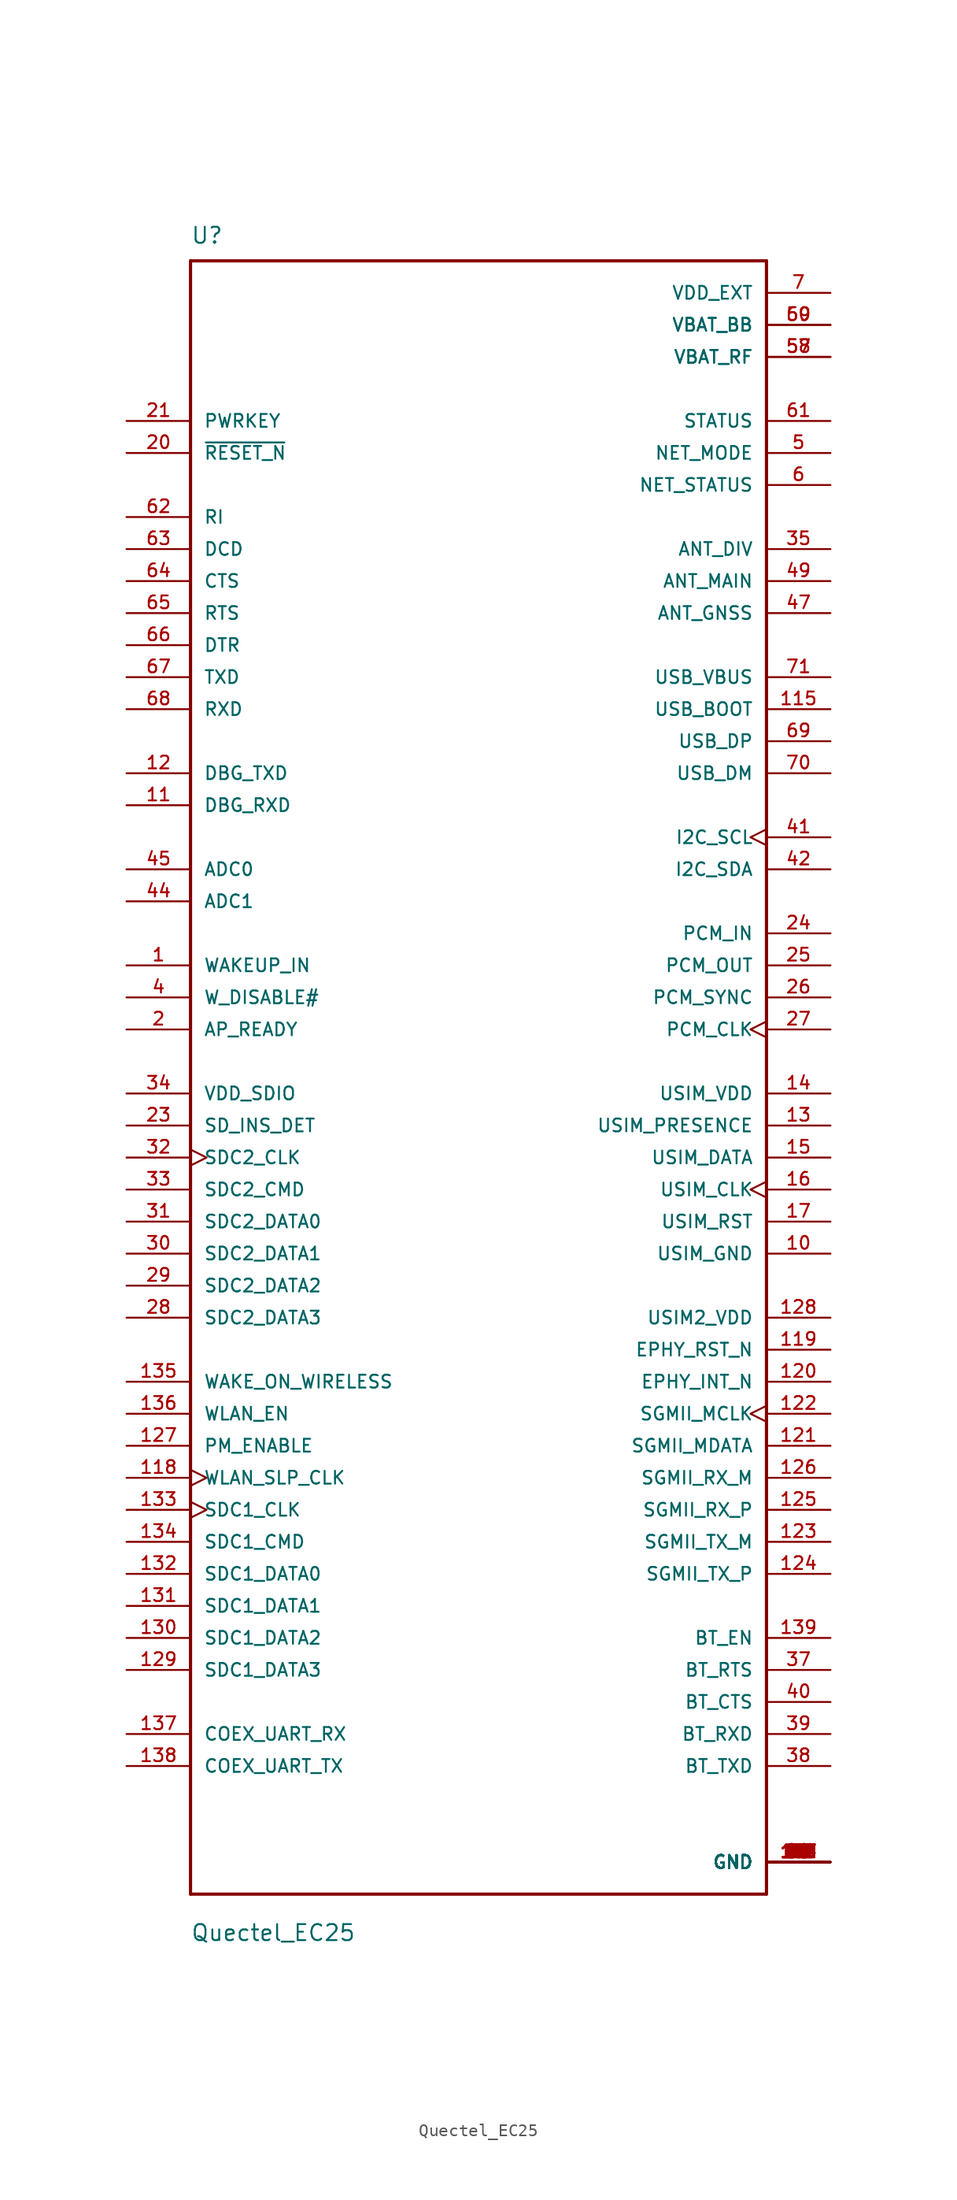
<source format=kicad_sym>
(kicad_symbol_lib
  (version 20211014)
  (generator kicad_symbol_editor)
  (symbol "Quectel_EC25"
    (pin_names
      (offset 1.016))
    (property "Reference" "U"
      (at -22.86 64.77 0)
      (effects (font (size 1.27 1.27)) (justify left bottom)))
    (property "Value" "Quectel_EC25"
      (at -22.86 -69.85 0)
      (effects (font (size 1.27 1.27)) (justify left bottom)))
    (symbol "Quectel_EC25_0_0"
      (polyline (pts (xy -22.86 -66.04) (xy -22.86 63.5)) (stroke (width 0.254) (type default) (color 0 0 0 0)) (fill (type none)))
      (polyline (pts (xy -22.86 63.5) (xy 22.86 63.5)) (stroke (width 0.254) (type default) (color 0 0 0 0)) (fill (type none)))
      (polyline (pts (xy 22.86 -66.04) (xy -22.86 -66.04)) (stroke (width 0.254) (type default) (color 0 0 0 0)) (fill (type none)))
      (polyline (pts (xy 22.86 63.5) (xy 22.86 -66.04)) (stroke (width 0.254) (type default) (color 0 0 0 0)) (fill (type none)))
      (pin input line (at -27.94 7.62 0) (length 5.08) (name "WAKEUP_IN" (effects (font (size 1.016 1.016)))) (number "1" (effects (font (size 1.016 1.016)))))
      (pin power_in line (at 27.94 -15.24 180) (length 5.08) (name "USIM_GND" (effects (font (size 1.016 1.016)))) (number "10" (effects (font (size 1.016 1.016)))))
      (pin power_in line (at 27.94 -63.5 180) (length 5.08) (name "GND" (effects (font (size 1.016 1.016)))) (number "100" (effects (font (size 1.016 1.016)))))
      (pin power_in line (at 27.94 -63.5 180) (length 5.08) (name "GND" (effects (font (size 1.016 1.016)))) (number "101" (effects (font (size 1.016 1.016)))))
      (pin power_in line (at 27.94 -63.5 180) (length 5.08) (name "GND" (effects (font (size 1.016 1.016)))) (number "102" (effects (font (size 1.016 1.016)))))
      (pin power_in line (at 27.94 -63.5 180) (length 5.08) (name "GND" (effects (font (size 1.016 1.016)))) (number "103" (effects (font (size 1.016 1.016)))))
      (pin power_in line (at 27.94 -63.5 180) (length 5.08) (name "GND" (effects (font (size 1.016 1.016)))) (number "104" (effects (font (size 1.016 1.016)))))
      (pin power_in line (at 27.94 -63.5 180) (length 5.08) (name "GND" (effects (font (size 1.016 1.016)))) (number "105" (effects (font (size 1.016 1.016)))))
      (pin power_in line (at 27.94 -63.5 180) (length 5.08) (name "GND" (effects (font (size 1.016 1.016)))) (number "106" (effects (font (size 1.016 1.016)))))
      (pin power_in line (at 27.94 -63.5 180) (length 5.08) (name "GND" (effects (font (size 1.016 1.016)))) (number "107" (effects (font (size 1.016 1.016)))))
      (pin power_in line (at 27.94 -63.5 180) (length 5.08) (name "GND" (effects (font (size 1.016 1.016)))) (number "108" (effects (font (size 1.016 1.016)))))
      (pin power_in line (at 27.94 -63.5 180) (length 5.08) (name "GND" (effects (font (size 1.016 1.016)))) (number "109" (effects (font (size 1.016 1.016)))))
      (pin input line (at -27.94 20.32 0) (length 5.08) (name "DBG_RXD" (effects (font (size 1.016 1.016)))) (number "11" (effects (font (size 1.016 1.016)))))
      (pin power_in line (at 27.94 -63.5 180) (length 5.08) (name "GND" (effects (font (size 1.016 1.016)))) (number "110" (effects (font (size 1.016 1.016)))))
      (pin power_in line (at 27.94 -63.5 180) (length 5.08) (name "GND" (effects (font (size 1.016 1.016)))) (number "111" (effects (font (size 1.016 1.016)))))
      (pin power_in line (at 27.94 -63.5 180) (length 5.08) (name "GND" (effects (font (size 1.016 1.016)))) (number "112" (effects (font (size 1.016 1.016)))))
      (pin input line (at 27.94 27.94 180) (length 5.08) (name "USB_BOOT" (effects (font (size 1.016 1.016)))) (number "115" (effects (font (size 1.016 1.016)))))
      (pin output clock (at -27.94 -33.02 0) (length 5.08) (name "WLAN_SLP_CLK" (effects (font (size 1.016 1.016)))) (number "118" (effects (font (size 1.016 1.016)))))
      (pin output line (at 27.94 -22.86 180) (length 5.08) (name "EPHY_RST_N" (effects (font (size 1.016 1.016)))) (number "119" (effects (font (size 1.016 1.016)))))
      (pin output line (at -27.94 22.86 0) (length 5.08) (name "DBG_TXD" (effects (font (size 1.016 1.016)))) (number "12" (effects (font (size 1.016 1.016)))))
      (pin input line (at 27.94 -25.4 180) (length 5.08) (name "EPHY_INT_N" (effects (font (size 1.016 1.016)))) (number "120" (effects (font (size 1.016 1.016)))))
      (pin bidirectional line (at 27.94 -30.48 180) (length 5.08) (name "SGMII_MDATA" (effects (font (size 1.016 1.016)))) (number "121" (effects (font (size 1.016 1.016)))))
      (pin output clock (at 27.94 -27.94 180) (length 5.08) (name "SGMII_MCLK" (effects (font (size 1.016 1.016)))) (number "122" (effects (font (size 1.016 1.016)))))
      (pin output line (at 27.94 -38.1 180) (length 5.08) (name "SGMII_TX_M" (effects (font (size 1.016 1.016)))) (number "123" (effects (font (size 1.016 1.016)))))
      (pin output line (at 27.94 -40.64 180) (length 5.08) (name "SGMII_TX_P" (effects (font (size 1.016 1.016)))) (number "124" (effects (font (size 1.016 1.016)))))
      (pin input line (at 27.94 -35.56 180) (length 5.08) (name "SGMII_RX_P" (effects (font (size 1.016 1.016)))) (number "125" (effects (font (size 1.016 1.016)))))
      (pin input line (at 27.94 -33.02 180) (length 5.08) (name "SGMII_RX_M" (effects (font (size 1.016 1.016)))) (number "126" (effects (font (size 1.016 1.016)))))
      (pin output line (at -27.94 -30.48 0) (length 5.08) (name "PM_ENABLE" (effects (font (size 1.016 1.016)))) (number "127" (effects (font (size 1.016 1.016)))))
      (pin power_in line (at 27.94 -20.32 180) (length 5.08) (name "USIM2_VDD" (effects (font (size 1.016 1.016)))) (number "128" (effects (font (size 1.016 1.016)))))
      (pin bidirectional line (at -27.94 -48.26 0) (length 5.08) (name "SDC1_DATA3" (effects (font (size 1.016 1.016)))) (number "129" (effects (font (size 1.016 1.016)))))
      (pin input line (at 27.94 -5.08 180) (length 5.08) (name "USIM_PRESENCE" (effects (font (size 1.016 1.016)))) (number "13" (effects (font (size 1.016 1.016)))))
      (pin bidirectional line (at -27.94 -45.72 0) (length 5.08) (name "SDC1_DATA2" (effects (font (size 1.016 1.016)))) (number "130" (effects (font (size 1.016 1.016)))))
      (pin bidirectional line (at -27.94 -43.18 0) (length 5.08) (name "SDC1_DATA1" (effects (font (size 1.016 1.016)))) (number "131" (effects (font (size 1.016 1.016)))))
      (pin bidirectional line (at -27.94 -40.64 0) (length 5.08) (name "SDC1_DATA0" (effects (font (size 1.016 1.016)))) (number "132" (effects (font (size 1.016 1.016)))))
      (pin output clock (at -27.94 -35.56 0) (length 5.08) (name "SDC1_CLK" (effects (font (size 1.016 1.016)))) (number "133" (effects (font (size 1.016 1.016)))))
      (pin output line (at -27.94 -38.1 0) (length 5.08) (name "SDC1_CMD" (effects (font (size 1.016 1.016)))) (number "134" (effects (font (size 1.016 1.016)))))
      (pin input line (at -27.94 -25.4 0) (length 5.08) (name "WAKE_ON_WIRELESS" (effects (font (size 1.016 1.016)))) (number "135" (effects (font (size 1.016 1.016)))))
      (pin output line (at -27.94 -27.94 0) (length 5.08) (name "WLAN_EN" (effects (font (size 1.016 1.016)))) (number "136" (effects (font (size 1.016 1.016)))))
      (pin input line (at -27.94 -53.34 0) (length 5.08) (name "COEX_UART_RX" (effects (font (size 1.016 1.016)))) (number "137" (effects (font (size 1.016 1.016)))))
      (pin output line (at -27.94 -55.88 0) (length 5.08) (name "COEX_UART_TX" (effects (font (size 1.016 1.016)))) (number "138" (effects (font (size 1.016 1.016)))))
      (pin output line (at 27.94 -45.72 180) (length 5.08) (name "BT_EN" (effects (font (size 1.016 1.016)))) (number "139" (effects (font (size 1.016 1.016)))))
      (pin power_in line (at 27.94 -2.54 180) (length 5.08) (name "USIM_VDD" (effects (font (size 1.016 1.016)))) (number "14" (effects (font (size 1.016 1.016)))))
      (pin bidirectional line (at 27.94 -7.62 180) (length 5.08) (name "USIM_DATA" (effects (font (size 1.016 1.016)))) (number "15" (effects (font (size 1.016 1.016)))))
      (pin output clock (at 27.94 -10.16 180) (length 5.08) (name "USIM_CLK" (effects (font (size 1.016 1.016)))) (number "16" (effects (font (size 1.016 1.016)))))
      (pin output line (at 27.94 -12.7 180) (length 5.08) (name "USIM_RST" (effects (font (size 1.016 1.016)))) (number "17" (effects (font (size 1.016 1.016)))))
      (pin power_in line (at 27.94 -63.5 180) (length 5.08) (name "GND" (effects (font (size 1.016 1.016)))) (number "19" (effects (font (size 1.016 1.016)))))
      (pin input line (at -27.94 2.54 0) (length 5.08) (name "AP_READY" (effects (font (size 1.016 1.016)))) (number "2" (effects (font (size 1.016 1.016)))))
      (pin input line (at -27.94 48.26 0) (length 5.08) (name "~{RESET_N}" (effects (font (size 1.016 1.016)))) (number "20" (effects (font (size 1.016 1.016)))))
      (pin input line (at -27.94 50.8 0) (length 5.08) (name "PWRKEY" (effects (font (size 1.016 1.016)))) (number "21" (effects (font (size 1.016 1.016)))))
      (pin power_in line (at 27.94 -63.5 180) (length 5.08) (name "GND" (effects (font (size 1.016 1.016)))) (number "22" (effects (font (size 1.016 1.016)))))
      (pin input line (at -27.94 -5.08 0) (length 5.08) (name "SD_INS_DET" (effects (font (size 1.016 1.016)))) (number "23" (effects (font (size 1.016 1.016)))))
      (pin input line (at 27.94 10.16 180) (length 5.08) (name "PCM_IN" (effects (font (size 1.016 1.016)))) (number "24" (effects (font (size 1.016 1.016)))))
      (pin output line (at 27.94 7.62 180) (length 5.08) (name "PCM_OUT" (effects (font (size 1.016 1.016)))) (number "25" (effects (font (size 1.016 1.016)))))
      (pin bidirectional line (at 27.94 5.08 180) (length 5.08) (name "PCM_SYNC" (effects (font (size 1.016 1.016)))) (number "26" (effects (font (size 1.016 1.016)))))
      (pin bidirectional clock (at 27.94 2.54 180) (length 5.08) (name "PCM_CLK" (effects (font (size 1.016 1.016)))) (number "27" (effects (font (size 1.016 1.016)))))
      (pin bidirectional line (at -27.94 -20.32 0) (length 5.08) (name "SDC2_DATA3" (effects (font (size 1.016 1.016)))) (number "28" (effects (font (size 1.016 1.016)))))
      (pin bidirectional line (at -27.94 -17.78 0) (length 5.08) (name "SDC2_DATA2" (effects (font (size 1.016 1.016)))) (number "29" (effects (font (size 1.016 1.016)))))
      (pin bidirectional line (at -27.94 -15.24 0) (length 5.08) (name "SDC2_DATA1" (effects (font (size 1.016 1.016)))) (number "30" (effects (font (size 1.016 1.016)))))
      (pin bidirectional line (at -27.94 -12.7 0) (length 5.08) (name "SDC2_DATA0" (effects (font (size 1.016 1.016)))) (number "31" (effects (font (size 1.016 1.016)))))
      (pin output clock (at -27.94 -7.62 0) (length 5.08) (name "SDC2_CLK" (effects (font (size 1.016 1.016)))) (number "32" (effects (font (size 1.016 1.016)))))
      (pin bidirectional line (at -27.94 -10.16 0) (length 5.08) (name "SDC2_CMD" (effects (font (size 1.016 1.016)))) (number "33" (effects (font (size 1.016 1.016)))))
      (pin power_in line (at -27.94 -2.54 0) (length 5.08) (name "VDD_SDIO" (effects (font (size 1.016 1.016)))) (number "34" (effects (font (size 1.016 1.016)))))
      (pin input line (at 27.94 40.64 180) (length 5.08) (name "ANT_DIV" (effects (font (size 1.016 1.016)))) (number "35" (effects (font (size 1.016 1.016)))))
      (pin power_in line (at 27.94 -63.5 180) (length 5.08) (name "GND" (effects (font (size 1.016 1.016)))) (number "36" (effects (font (size 1.016 1.016)))))
      (pin input line (at 27.94 -48.26 180) (length 5.08) (name "BT_RTS" (effects (font (size 1.016 1.016)))) (number "37" (effects (font (size 1.016 1.016)))))
      (pin output line (at 27.94 -55.88 180) (length 5.08) (name "BT_TXD" (effects (font (size 1.016 1.016)))) (number "38" (effects (font (size 1.016 1.016)))))
      (pin input line (at 27.94 -53.34 180) (length 5.08) (name "BT_RXD" (effects (font (size 1.016 1.016)))) (number "39" (effects (font (size 1.016 1.016)))))
      (pin input line (at -27.94 5.08 0) (length 5.08) (name "W_DISABLE#" (effects (font (size 1.016 1.016)))) (number "4" (effects (font (size 1.016 1.016)))))
      (pin output line (at 27.94 -50.8 180) (length 5.08) (name "BT_CTS" (effects (font (size 1.016 1.016)))) (number "40" (effects (font (size 1.016 1.016)))))
      (pin output clock (at 27.94 17.78 180) (length 5.08) (name "I2C_SCL" (effects (font (size 1.016 1.016)))) (number "41" (effects (font (size 1.016 1.016)))))
      (pin output line (at 27.94 15.24 180) (length 5.08) (name "I2C_SDA" (effects (font (size 1.016 1.016)))) (number "42" (effects (font (size 1.016 1.016)))))
      (pin input line (at -27.94 12.7 0) (length 5.08) (name "ADC1" (effects (font (size 1.016 1.016)))) (number "44" (effects (font (size 1.016 1.016)))))
      (pin input line (at -27.94 15.24 0) (length 5.08) (name "ADC0" (effects (font (size 1.016 1.016)))) (number "45" (effects (font (size 1.016 1.016)))))
      (pin power_in line (at 27.94 -63.5 180) (length 5.08) (name "GND" (effects (font (size 1.016 1.016)))) (number "46" (effects (font (size 1.016 1.016)))))
      (pin input line (at 27.94 35.56 180) (length 5.08) (name "ANT_GNSS" (effects (font (size 1.016 1.016)))) (number "47" (effects (font (size 1.016 1.016)))))
      (pin power_in line (at 27.94 -63.5 180) (length 5.08) (name "GND" (effects (font (size 1.016 1.016)))) (number "48" (effects (font (size 1.016 1.016)))))
      (pin bidirectional line (at 27.94 38.1 180) (length 5.08) (name "ANT_MAIN" (effects (font (size 1.016 1.016)))) (number "49" (effects (font (size 1.016 1.016)))))
      (pin output line (at 27.94 48.26 180) (length 5.08) (name "NET_MODE" (effects (font (size 1.016 1.016)))) (number "5" (effects (font (size 1.016 1.016)))))
      (pin power_in line (at 27.94 -63.5 180) (length 5.08) (name "GND" (effects (font (size 1.016 1.016)))) (number "50" (effects (font (size 1.016 1.016)))))
      (pin power_in line (at 27.94 -63.5 180) (length 5.08) (name "GND" (effects (font (size 1.016 1.016)))) (number "51" (effects (font (size 1.016 1.016)))))
      (pin power_in line (at 27.94 -63.5 180) (length 5.08) (name "GND" (effects (font (size 1.016 1.016)))) (number "52" (effects (font (size 1.016 1.016)))))
      (pin power_in line (at 27.94 -63.5 180) (length 5.08) (name "GND" (effects (font (size 1.016 1.016)))) (number "53" (effects (font (size 1.016 1.016)))))
      (pin power_in line (at 27.94 -63.5 180) (length 5.08) (name "GND" (effects (font (size 1.016 1.016)))) (number "54" (effects (font (size 1.016 1.016)))))
      (pin power_in line (at 27.94 -63.5 180) (length 5.08) (name "GND" (effects (font (size 1.016 1.016)))) (number "56" (effects (font (size 1.016 1.016)))))
      (pin power_in line (at 27.94 55.88 180) (length 5.08) (name "VBAT_RF" (effects (font (size 1.016 1.016)))) (number "57" (effects (font (size 1.016 1.016)))))
      (pin power_in line (at 27.94 55.88 180) (length 5.08) (name "VBAT_RF" (effects (font (size 1.016 1.016)))) (number "58" (effects (font (size 1.016 1.016)))))
      (pin power_in line (at 27.94 58.42 180) (length 5.08) (name "VBAT_BB" (effects (font (size 1.016 1.016)))) (number "59" (effects (font (size 1.016 1.016)))))
      (pin output line (at 27.94 45.72 180) (length 5.08) (name "NET_STATUS" (effects (font (size 1.016 1.016)))) (number "6" (effects (font (size 1.016 1.016)))))
      (pin power_in line (at 27.94 58.42 180) (length 5.08) (name "VBAT_BB" (effects (font (size 1.016 1.016)))) (number "60" (effects (font (size 1.016 1.016)))))
      (pin output line (at 27.94 50.8 180) (length 5.08) (name "STATUS" (effects (font (size 1.016 1.016)))) (number "61" (effects (font (size 1.016 1.016)))))
      (pin output line (at -27.94 43.18 0) (length 5.08) (name "RI" (effects (font (size 1.016 1.016)))) (number "62" (effects (font (size 1.016 1.016)))))
      (pin output line (at -27.94 40.64 0) (length 5.08) (name "DCD" (effects (font (size 1.016 1.016)))) (number "63" (effects (font (size 1.016 1.016)))))
      (pin output line (at -27.94 38.1 0) (length 5.08) (name "CTS" (effects (font (size 1.016 1.016)))) (number "64" (effects (font (size 1.016 1.016)))))
      (pin input line (at -27.94 35.56 0) (length 5.08) (name "RTS" (effects (font (size 1.016 1.016)))) (number "65" (effects (font (size 1.016 1.016)))))
      (pin input line (at -27.94 33.02 0) (length 5.08) (name "DTR" (effects (font (size 1.016 1.016)))) (number "66" (effects (font (size 1.016 1.016)))))
      (pin output line (at -27.94 30.48 0) (length 5.08) (name "TXD" (effects (font (size 1.016 1.016)))) (number "67" (effects (font (size 1.016 1.016)))))
      (pin input line (at -27.94 27.94 0) (length 5.08) (name "RXD" (effects (font (size 1.016 1.016)))) (number "68" (effects (font (size 1.016 1.016)))))
      (pin bidirectional line (at 27.94 25.4 180) (length 5.08) (name "USB_DP" (effects (font (size 1.016 1.016)))) (number "69" (effects (font (size 1.016 1.016)))))
      (pin power_in line (at 27.94 60.96 180) (length 5.08) (name "VDD_EXT" (effects (font (size 1.016 1.016)))) (number "7" (effects (font (size 1.016 1.016)))))
      (pin bidirectional line (at 27.94 22.86 180) (length 5.08) (name "USB_DM" (effects (font (size 1.016 1.016)))) (number "70" (effects (font (size 1.016 1.016)))))
      (pin input line (at 27.94 30.48 180) (length 5.08) (name "USB_VBUS" (effects (font (size 1.016 1.016)))) (number "71" (effects (font (size 1.016 1.016)))))
      (pin power_in line (at 27.94 -63.5 180) (length 5.08) (name "GND" (effects (font (size 1.016 1.016)))) (number "72" (effects (font (size 1.016 1.016)))))
      (pin power_in line (at 27.94 -63.5 180) (length 5.08) (name "GND" (effects (font (size 1.016 1.016)))) (number "8" (effects (font (size 1.016 1.016)))))
      (pin power_in line (at 27.94 -63.5 180) (length 5.08) (name "GND" (effects (font (size 1.016 1.016)))) (number "85" (effects (font (size 1.016 1.016)))))
      (pin power_in line (at 27.94 -63.5 180) (length 5.08) (name "GND" (effects (font (size 1.016 1.016)))) (number "86" (effects (font (size 1.016 1.016)))))
      (pin power_in line (at 27.94 -63.5 180) (length 5.08) (name "GND" (effects (font (size 1.016 1.016)))) (number "87" (effects (font (size 1.016 1.016)))))
      (pin power_in line (at 27.94 -63.5 180) (length 5.08) (name "GND" (effects (font (size 1.016 1.016)))) (number "88" (effects (font (size 1.016 1.016)))))
      (pin power_in line (at 27.94 -63.5 180) (length 5.08) (name "GND" (effects (font (size 1.016 1.016)))) (number "89" (effects (font (size 1.016 1.016)))))
      (pin power_in line (at 27.94 -63.5 180) (length 5.08) (name "GND" (effects (font (size 1.016 1.016)))) (number "9" (effects (font (size 1.016 1.016)))))
      (pin power_in line (at 27.94 -63.5 180) (length 5.08) (name "GND" (effects (font (size 1.016 1.016)))) (number "90" (effects (font (size 1.016 1.016)))))
      (pin power_in line (at 27.94 -63.5 180) (length 5.08) (name "GND" (effects (font (size 1.016 1.016)))) (number "91" (effects (font (size 1.016 1.016)))))
      (pin power_in line (at 27.94 -63.5 180) (length 5.08) (name "GND" (effects (font (size 1.016 1.016)))) (number "92" (effects (font (size 1.016 1.016)))))
      (pin power_in line (at 27.94 -63.5 180) (length 5.08) (name "GND" (effects (font (size 1.016 1.016)))) (number "93" (effects (font (size 1.016 1.016)))))
      (pin power_in line (at 27.94 -63.5 180) (length 5.08) (name "GND" (effects (font (size 1.016 1.016)))) (number "94" (effects (font (size 1.016 1.016)))))
      (pin power_in line (at 27.94 -63.5 180) (length 5.08) (name "GND" (effects (font (size 1.016 1.016)))) (number "95" (effects (font (size 1.016 1.016)))))
      (pin power_in line (at 27.94 -63.5 180) (length 5.08) (name "GND" (effects (font (size 1.016 1.016)))) (number "96" (effects (font (size 1.016 1.016)))))
      (pin power_in line (at 27.94 -63.5 180) (length 5.08) (name "GND" (effects (font (size 1.016 1.016)))) (number "97" (effects (font (size 1.016 1.016)))))
      (pin power_in line (at 27.94 -63.5 180) (length 5.08) (name "GND" (effects (font (size 1.016 1.016)))) (number "98" (effects (font (size 1.016 1.016)))))
      (pin power_in line (at 27.94 -63.5 180) (length 5.08) (name "GND" (effects (font (size 1.016 1.016)))) (number "99" (effects (font (size 1.016 1.016))))))))
</source>
